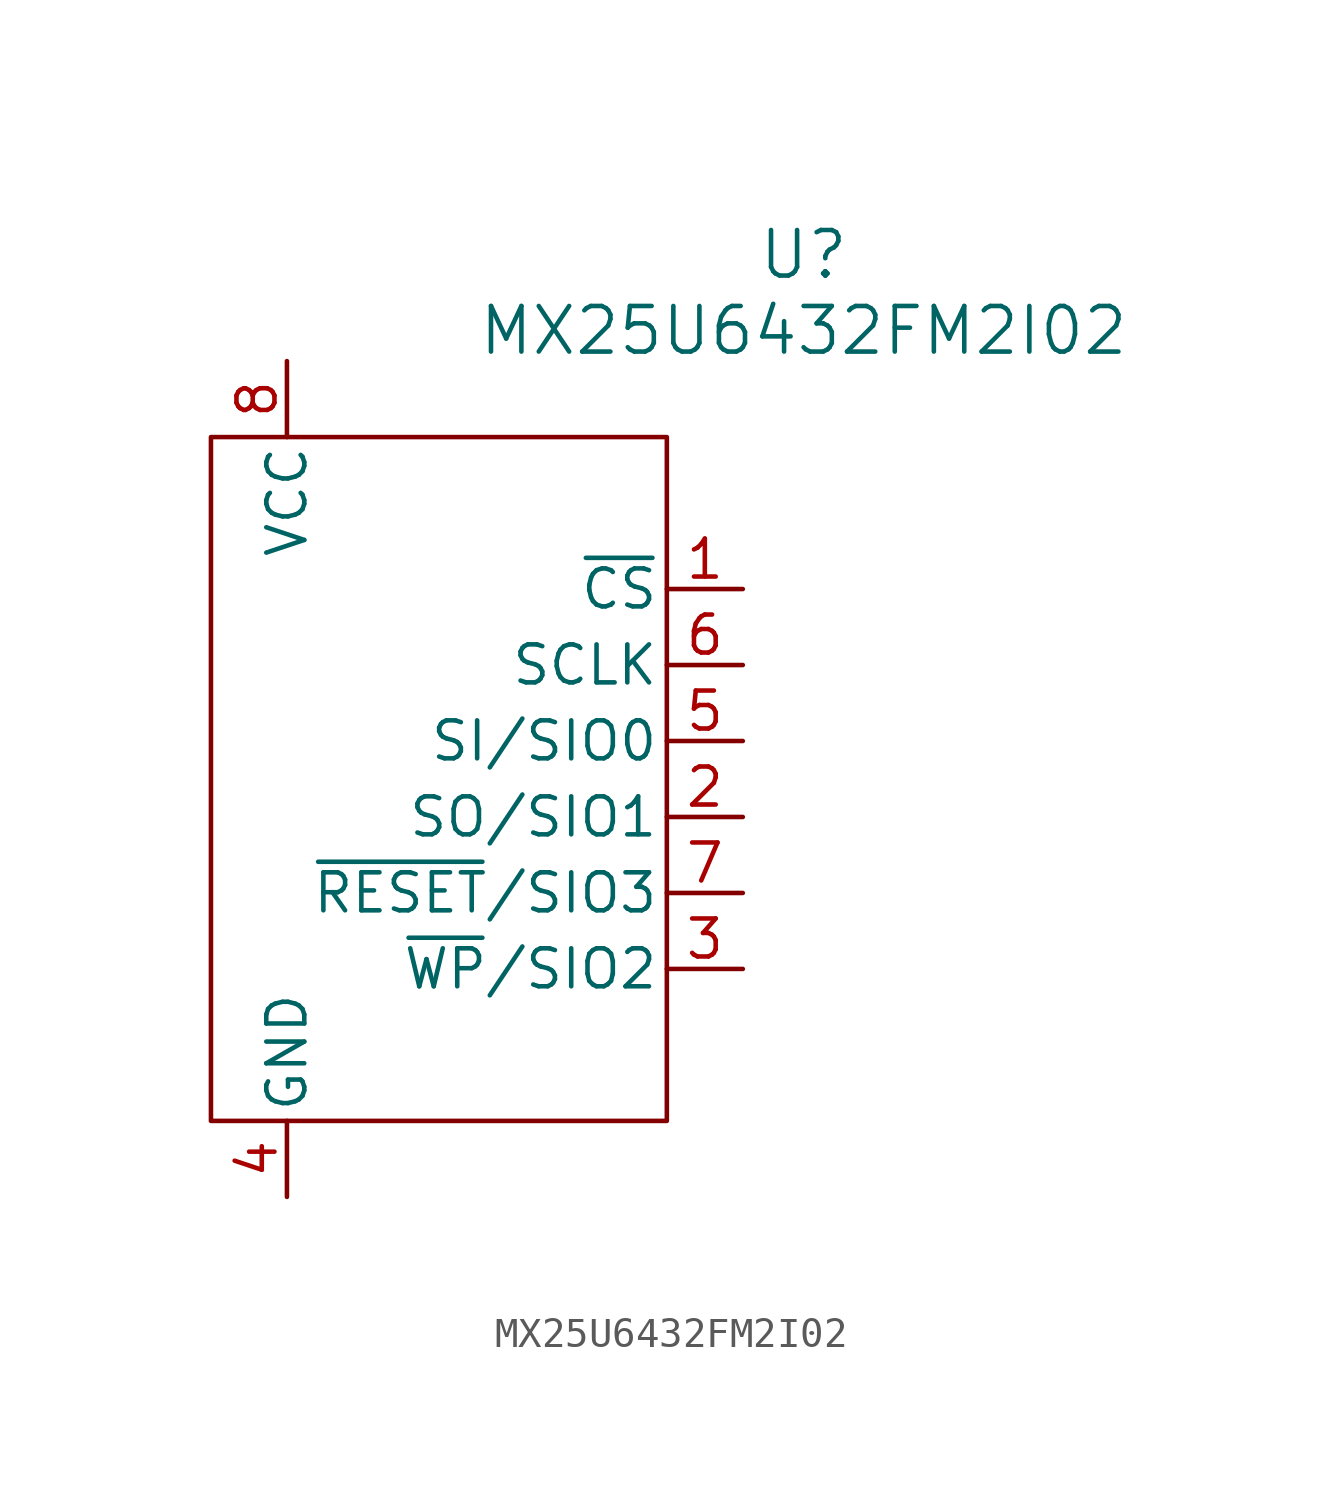
<source format=kicad_sym>
(kicad_symbol_lib
  (version 20231120)
  (generator "kicad_symbol_editor")
  (generator_version "8.0")
  (symbol "MX25U6432FM2I02"
    (pin_names
      (offset 0.254))
    (property "Reference" "U"
      (at 12.192 17.526 0)
      (effects (font (size 1.524 1.524))))
    (property "Value" "MX25U6432FM2I02"
      (at 12.192 14.986 0)
      (effects (font (size 1.524 1.524))))
    (symbol "MX25U6432FM2I02_0_1"
      (pin bidirectional line (at 10.16 -1.27 180) (length 2.54) (name "SO/SIO1" (effects (font (size 1.27 1.27)))) (number "2" (effects (font (size 1.27 1.27)))))
      (pin power_out line (at -5.08 -13.97 90) (length 2.54) (name "GND" (effects (font (size 1.27 1.27)))) (number "4" (effects (font (size 1.27 1.27)))))
      (pin bidirectional line (at 10.16 1.27 180) (length 2.54) (name "SI/SIO0" (effects (font (size 1.27 1.27)))) (number "5" (effects (font (size 1.27 1.27)))))
      (pin input line (at 10.16 3.81 180) (length 2.54) (name "SCLK" (effects (font (size 1.27 1.27)))) (number "6" (effects (font (size 1.27 1.27)))))
      (pin power_in line (at -5.08 13.97 270) (length 2.54) (name "VCC" (effects (font (size 1.27 1.27)))) (number "8" (effects (font (size 1.27 1.27))))))
    (symbol "MX25U6432FM2I02_1_1"
      (rectangle (start -7.62 11.43) (end 7.62 -11.43) (stroke (width 0) (type default)) (fill (type none)))
      (pin input line (at 10.16 6.35 180) (length 2.54) (name "~{CS}" (effects (font (size 1.27 1.27)))) (number "1" (effects (font (size 1.27 1.27)))))
      (pin bidirectional line (at 10.16 -6.35 180) (length 2.54) (name "~{WP}/SIO2" (effects (font (size 1.27 1.27)))) (number "3" (effects (font (size 1.27 1.27)))))
      (pin bidirectional line (at 10.16 -3.81 180) (length 2.54) (name "~{RESET}/SIO3" (effects (font (size 1.27 1.27)))) (number "7" (effects (font (size 1.27 1.27))))))))
</source>
